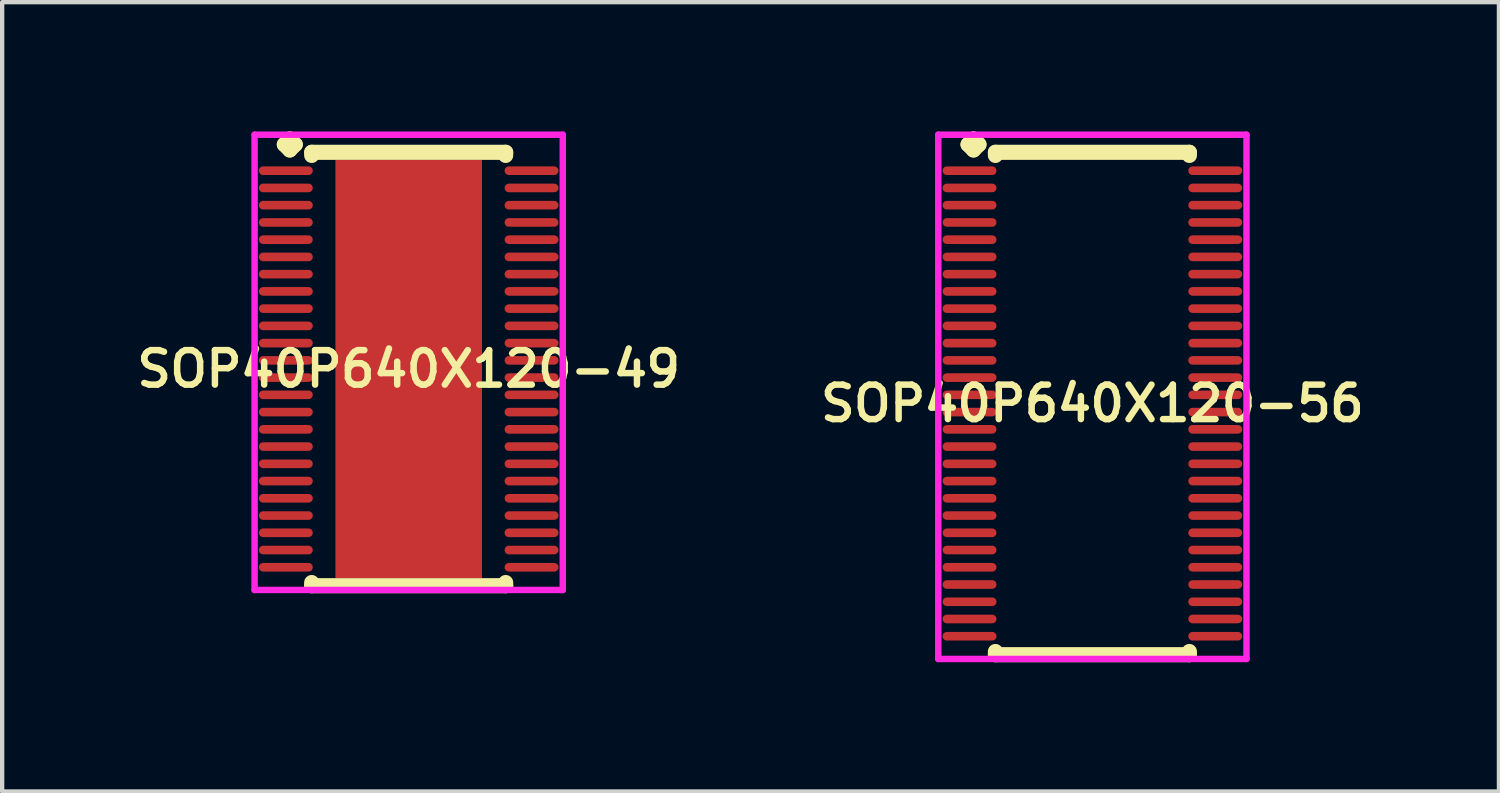
<source format=kicad_pcb>
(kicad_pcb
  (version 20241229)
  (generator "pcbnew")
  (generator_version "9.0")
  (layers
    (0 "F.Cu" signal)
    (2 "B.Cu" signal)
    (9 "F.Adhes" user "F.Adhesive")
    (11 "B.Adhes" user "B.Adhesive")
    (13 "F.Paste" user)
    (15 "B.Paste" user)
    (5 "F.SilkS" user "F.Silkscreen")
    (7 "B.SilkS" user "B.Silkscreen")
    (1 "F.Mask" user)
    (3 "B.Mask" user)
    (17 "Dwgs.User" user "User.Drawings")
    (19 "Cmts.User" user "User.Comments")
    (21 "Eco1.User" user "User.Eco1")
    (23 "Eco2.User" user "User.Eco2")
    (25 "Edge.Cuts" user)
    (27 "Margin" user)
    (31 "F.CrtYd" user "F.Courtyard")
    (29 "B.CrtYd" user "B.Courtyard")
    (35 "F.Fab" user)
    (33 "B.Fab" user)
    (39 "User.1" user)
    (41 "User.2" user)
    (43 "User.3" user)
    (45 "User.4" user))
  (footprint "SOP40P640X120-49"
    (layer "F.Cu")
    (at 6.431 5.51)
    (property "Reference" "SOP40P640X120-49" (at 0 0 0) (layer "F.SilkS") (effects (font (size 0.8 0.8) (thickness 0.15))))
    (attr smd)
    (fp_line (start -2.885 -5.208) (end -2.758 -5.335) (stroke (width 0.35) (type solid)) (layer "F.SilkS"))
    (fp_line (start -2.758 -5.335) (end -2.631 -5.208) (stroke (width 0.35) (type solid)) (layer "F.SilkS"))
    (fp_line (start -2.758 -5.081) (end -2.885 -5.208) (stroke (width 0.35) (type solid)) (layer "F.SilkS"))
    (fp_line (start -2.631 -5.208) (end -2.758 -5.081) (stroke (width 0.35) (type solid)) (layer "F.SilkS"))
    (fp_line (start -2.25 -5.027) (end 2.25 -5.027) (stroke (width 0.35) (type solid)) (layer "F.SilkS"))
    (fp_line (start -2.25 -4.954) (end -2.25 -5.027) (stroke (width 0.35) (type solid)) (layer "F.SilkS"))
    (fp_line (start -2.25 4.954) (end -2.25 5.027) (stroke (width 0.35) (type solid)) (layer "F.SilkS"))
    (fp_line (start -2.25 5.027) (end 2.25 5.027) (stroke (width 0.35) (type solid)) (layer "F.SilkS"))
    (fp_line (start 2.25 -5.027) (end 2.25 -4.954) (stroke (width 0.35) (type solid)) (layer "F.SilkS"))
    (fp_line (start 2.25 5.027) (end 2.25 4.954) (stroke (width 0.35) (type solid)) (layer "F.SilkS"))
    (fp_line (start -3.575 -5.435) (end 3.575 -5.435) (stroke (width 0.15) (type solid)) (layer "F.CrtYd"))
    (fp_line (start -3.575 5.127) (end -3.575 -5.435) (stroke (width 0.15) (type solid)) (layer "F.CrtYd"))
    (fp_line (start 3.575 -5.435) (end 3.575 5.127) (stroke (width 0.15) (type solid)) (layer "F.CrtYd"))
    (fp_line (start 3.575 5.127) (end -3.575 5.127) (stroke (width 0.15) (type solid)) (layer "F.CrtYd"))
    (pad "1" smd oval (at -2.85 -4.6) (size 1.25 0.2) (layers "F.Cu" "F.Mask" "F.Paste"))
    (pad "2" smd oval (at -2.85 -4.2) (size 1.25 0.2) (layers "F.Cu" "F.Mask" "F.Paste"))
    (pad "3" smd oval (at -2.85 -3.8) (size 1.25 0.2) (layers "F.Cu" "F.Mask" "F.Paste"))
    (pad "4" smd oval (at -2.85 -3.4) (size 1.25 0.2) (layers "F.Cu" "F.Mask" "F.Paste"))
    (pad "5" smd oval (at -2.85 -3) (size 1.25 0.2) (layers "F.Cu" "F.Mask" "F.Paste"))
    (pad "6" smd oval (at -2.85 -2.6) (size 1.25 0.2) (layers "F.Cu" "F.Mask" "F.Paste"))
    (pad "7" smd oval (at -2.85 -2.2) (size 1.25 0.2) (layers "F.Cu" "F.Mask" "F.Paste"))
    (pad "8" smd oval (at -2.85 -1.8) (size 1.25 0.2) (layers "F.Cu" "F.Mask" "F.Paste"))
    (pad "9" smd oval (at -2.85 -1.4) (size 1.25 0.2) (layers "F.Cu" "F.Mask" "F.Paste"))
    (pad "10" smd oval (at -2.85 -1) (size 1.25 0.2) (layers "F.Cu" "F.Mask" "F.Paste"))
    (pad "11" smd oval (at -2.85 -0.6) (size 1.25 0.2) (layers "F.Cu" "F.Mask" "F.Paste"))
    (pad "12" smd oval (at -2.85 -0.2) (size 1.25 0.2) (layers "F.Cu" "F.Mask" "F.Paste"))
    (pad "13" smd oval (at -2.85 0.2) (size 1.25 0.2) (layers "F.Cu" "F.Mask" "F.Paste"))
    (pad "14" smd oval (at -2.85 0.6) (size 1.25 0.2) (layers "F.Cu" "F.Mask" "F.Paste"))
    (pad "15" smd oval (at -2.85 1) (size 1.25 0.2) (layers "F.Cu" "F.Mask" "F.Paste"))
    (pad "16" smd oval (at -2.85 1.4) (size 1.25 0.2) (layers "F.Cu" "F.Mask" "F.Paste"))
    (pad "17" smd oval (at -2.85 1.8) (size 1.25 0.2) (layers "F.Cu" "F.Mask" "F.Paste"))
    (pad "18" smd oval (at -2.85 2.2) (size 1.25 0.2) (layers "F.Cu" "F.Mask" "F.Paste"))
    (pad "19" smd oval (at -2.85 2.6) (size 1.25 0.2) (layers "F.Cu" "F.Mask" "F.Paste"))
    (pad "20" smd oval (at -2.85 3) (size 1.25 0.2) (layers "F.Cu" "F.Mask" "F.Paste"))
    (pad "21" smd oval (at -2.85 3.4) (size 1.25 0.2) (layers "F.Cu" "F.Mask" "F.Paste"))
    (pad "22" smd oval (at -2.85 3.8) (size 1.25 0.2) (layers "F.Cu" "F.Mask" "F.Paste"))
    (pad "23" smd oval (at -2.85 4.2) (size 1.25 0.2) (layers "F.Cu" "F.Mask" "F.Paste"))
    (pad "24" smd oval (at -2.85 4.6) (size 1.25 0.2) (layers "F.Cu" "F.Mask" "F.Paste"))
    (pad "25" smd oval (at 2.85 4.6) (size 1.25 0.2) (layers "F.Cu" "F.Mask" "F.Paste"))
    (pad "26" smd oval (at 2.85 4.2) (size 1.25 0.2) (layers "F.Cu" "F.Mask" "F.Paste"))
    (pad "27" smd oval (at 2.85 3.8) (size 1.25 0.2) (layers "F.Cu" "F.Mask" "F.Paste"))
    (pad "28" smd oval (at 2.85 3.4) (size 1.25 0.2) (layers "F.Cu" "F.Mask" "F.Paste"))
    (pad "29" smd oval (at 2.85 3) (size 1.25 0.2) (layers "F.Cu" "F.Mask" "F.Paste"))
    (pad "30" smd oval (at 2.85 2.6) (size 1.25 0.2) (layers "F.Cu" "F.Mask" "F.Paste"))
    (pad "31" smd oval (at 2.85 2.2) (size 1.25 0.2) (layers "F.Cu" "F.Mask" "F.Paste"))
    (pad "32" smd oval (at 2.85 1.8) (size 1.25 0.2) (layers "F.Cu" "F.Mask" "F.Paste"))
    (pad "33" smd oval (at 2.85 1.4) (size 1.25 0.2) (layers "F.Cu" "F.Mask" "F.Paste"))
    (pad "34" smd oval (at 2.85 1) (size 1.25 0.2) (layers "F.Cu" "F.Mask" "F.Paste"))
    (pad "35" smd oval (at 2.85 0.6) (size 1.25 0.2) (layers "F.Cu" "F.Mask" "F.Paste"))
    (pad "36" smd oval (at 2.85 0.2) (size 1.25 0.2) (layers "F.Cu" "F.Mask" "F.Paste"))
    (pad "37" smd oval (at 2.85 -0.2) (size 1.25 0.2) (layers "F.Cu" "F.Mask" "F.Paste"))
    (pad "38" smd oval (at 2.85 -0.6) (size 1.25 0.2) (layers "F.Cu" "F.Mask" "F.Paste"))
    (pad "39" smd oval (at 2.85 -1) (size 1.25 0.2) (layers "F.Cu" "F.Mask" "F.Paste"))
    (pad "40" smd oval (at 2.85 -1.4) (size 1.25 0.2) (layers "F.Cu" "F.Mask" "F.Paste"))
    (pad "41" smd oval (at 2.85 -1.8) (size 1.25 0.2) (layers "F.Cu" "F.Mask" "F.Paste"))
    (pad "42" smd oval (at 2.85 -2.2) (size 1.25 0.2) (layers "F.Cu" "F.Mask" "F.Paste"))
    (pad "43" smd oval (at 2.85 -2.6) (size 1.25 0.2) (layers "F.Cu" "F.Mask" "F.Paste"))
    (pad "44" smd oval (at 2.85 -3) (size 1.25 0.2) (layers "F.Cu" "F.Mask" "F.Paste"))
    (pad "45" smd oval (at 2.85 -3.4) (size 1.25 0.2) (layers "F.Cu" "F.Mask" "F.Paste"))
    (pad "46" smd oval (at 2.85 -3.8) (size 1.25 0.2) (layers "F.Cu" "F.Mask" "F.Paste"))
    (pad "47" smd oval (at 2.85 -4.2) (size 1.25 0.2) (layers "F.Cu" "F.Mask" "F.Paste"))
    (pad "48" smd oval (at 2.85 -4.6) (size 1.25 0.2) (layers "F.Cu" "F.Mask" "F.Paste"))
    (pad "49" smd rect (at 0 0) (size 3.4 9.7) (layers "F.Cu" "F.Mask" "F.Paste")))
  (footprint "SOP40P640X120-56"
    (layer "F.Cu")
    (at 22.292 6.31)
    (property "Reference" "SOP40P640X120-56" (at 0 0 0) (layer "F.SilkS") (effects (font (size 0.8 0.8) (thickness 0.15))))
    (attr smd)
    (fp_line (start -2.885 -6.008) (end -2.758 -6.135) (stroke (width 0.35) (type solid)) (layer "F.SilkS"))
    (fp_line (start -2.758 -6.135) (end -2.631 -6.008) (stroke (width 0.35) (type solid)) (layer "F.SilkS"))
    (fp_line (start -2.758 -5.881) (end -2.885 -6.008) (stroke (width 0.35) (type solid)) (layer "F.SilkS"))
    (fp_line (start -2.631 -6.008) (end -2.758 -5.881) (stroke (width 0.35) (type solid)) (layer "F.SilkS"))
    (fp_line (start -2.25 -5.827) (end 2.25 -5.827) (stroke (width 0.35) (type solid)) (layer "F.SilkS"))
    (fp_line (start -2.25 -5.754) (end -2.25 -5.827) (stroke (width 0.35) (type solid)) (layer "F.SilkS"))
    (fp_line (start -2.25 5.754) (end -2.25 5.827) (stroke (width 0.35) (type solid)) (layer "F.SilkS"))
    (fp_line (start -2.25 5.827) (end 2.25 5.827) (stroke (width 0.35) (type solid)) (layer "F.SilkS"))
    (fp_line (start 2.25 -5.827) (end 2.25 -5.754) (stroke (width 0.35) (type solid)) (layer "F.SilkS"))
    (fp_line (start 2.25 5.827) (end 2.25 5.754) (stroke (width 0.35) (type solid)) (layer "F.SilkS"))
    (fp_line (start -3.575 -6.235) (end 3.575 -6.235) (stroke (width 0.15) (type solid)) (layer "F.CrtYd"))
    (fp_line (start -3.575 5.927) (end -3.575 -6.235) (stroke (width 0.15) (type solid)) (layer "F.CrtYd"))
    (fp_line (start 3.575 -6.235) (end 3.575 5.927) (stroke (width 0.15) (type solid)) (layer "F.CrtYd"))
    (fp_line (start 3.575 5.927) (end -3.575 5.927) (stroke (width 0.15) (type solid)) (layer "F.CrtYd"))
    (pad "1" smd oval (at -2.85 -5.4) (size 1.25 0.2) (layers "F.Cu" "F.Mask" "F.Paste"))
    (pad "2" smd oval (at -2.85 -5) (size 1.25 0.2) (layers "F.Cu" "F.Mask" "F.Paste"))
    (pad "3" smd oval (at -2.85 -4.6) (size 1.25 0.2) (layers "F.Cu" "F.Mask" "F.Paste"))
    (pad "4" smd oval (at -2.85 -4.2) (size 1.25 0.2) (layers "F.Cu" "F.Mask" "F.Paste"))
    (pad "5" smd oval (at -2.85 -3.8) (size 1.25 0.2) (layers "F.Cu" "F.Mask" "F.Paste"))
    (pad "6" smd oval (at -2.85 -3.4) (size 1.25 0.2) (layers "F.Cu" "F.Mask" "F.Paste"))
    (pad "7" smd oval (at -2.85 -3) (size 1.25 0.2) (layers "F.Cu" "F.Mask" "F.Paste"))
    (pad "8" smd oval (at -2.85 -2.6) (size 1.25 0.2) (layers "F.Cu" "F.Mask" "F.Paste"))
    (pad "9" smd oval (at -2.85 -2.2) (size 1.25 0.2) (layers "F.Cu" "F.Mask" "F.Paste"))
    (pad "10" smd oval (at -2.85 -1.8) (size 1.25 0.2) (layers "F.Cu" "F.Mask" "F.Paste"))
    (pad "11" smd oval (at -2.85 -1.4) (size 1.25 0.2) (layers "F.Cu" "F.Mask" "F.Paste"))
    (pad "12" smd oval (at -2.85 -1) (size 1.25 0.2) (layers "F.Cu" "F.Mask" "F.Paste"))
    (pad "13" smd oval (at -2.85 -0.6) (size 1.25 0.2) (layers "F.Cu" "F.Mask" "F.Paste"))
    (pad "14" smd oval (at -2.85 -0.2) (size 1.25 0.2) (layers "F.Cu" "F.Mask" "F.Paste"))
    (pad "15" smd oval (at -2.85 0.2) (size 1.25 0.2) (layers "F.Cu" "F.Mask" "F.Paste"))
    (pad "16" smd oval (at -2.85 0.6) (size 1.25 0.2) (layers "F.Cu" "F.Mask" "F.Paste"))
    (pad "17" smd oval (at -2.85 1) (size 1.25 0.2) (layers "F.Cu" "F.Mask" "F.Paste"))
    (pad "18" smd oval (at -2.85 1.4) (size 1.25 0.2) (layers "F.Cu" "F.Mask" "F.Paste"))
    (pad "19" smd oval (at -2.85 1.8) (size 1.25 0.2) (layers "F.Cu" "F.Mask" "F.Paste"))
    (pad "20" smd oval (at -2.85 2.2) (size 1.25 0.2) (layers "F.Cu" "F.Mask" "F.Paste"))
    (pad "21" smd oval (at -2.85 2.6) (size 1.25 0.2) (layers "F.Cu" "F.Mask" "F.Paste"))
    (pad "22" smd oval (at -2.85 3) (size 1.25 0.2) (layers "F.Cu" "F.Mask" "F.Paste"))
    (pad "23" smd oval (at -2.85 3.4) (size 1.25 0.2) (layers "F.Cu" "F.Mask" "F.Paste"))
    (pad "24" smd oval (at -2.85 3.8) (size 1.25 0.2) (layers "F.Cu" "F.Mask" "F.Paste"))
    (pad "25" smd oval (at -2.85 4.2) (size 1.25 0.2) (layers "F.Cu" "F.Mask" "F.Paste"))
    (pad "26" smd oval (at -2.85 4.6) (size 1.25 0.2) (layers "F.Cu" "F.Mask" "F.Paste"))
    (pad "27" smd oval (at -2.85 5) (size 1.25 0.2) (layers "F.Cu" "F.Mask" "F.Paste"))
    (pad "28" smd oval (at -2.85 5.4) (size 1.25 0.2) (layers "F.Cu" "F.Mask" "F.Paste"))
    (pad "29" smd oval (at 2.85 5.4) (size 1.25 0.2) (layers "F.Cu" "F.Mask" "F.Paste"))
    (pad "30" smd oval (at 2.85 5) (size 1.25 0.2) (layers "F.Cu" "F.Mask" "F.Paste"))
    (pad "31" smd oval (at 2.85 4.6) (size 1.25 0.2) (layers "F.Cu" "F.Mask" "F.Paste"))
    (pad "32" smd oval (at 2.85 4.2) (size 1.25 0.2) (layers "F.Cu" "F.Mask" "F.Paste"))
    (pad "33" smd oval (at 2.85 3.8) (size 1.25 0.2) (layers "F.Cu" "F.Mask" "F.Paste"))
    (pad "34" smd oval (at 2.85 3.4) (size 1.25 0.2) (layers "F.Cu" "F.Mask" "F.Paste"))
    (pad "35" smd oval (at 2.85 3) (size 1.25 0.2) (layers "F.Cu" "F.Mask" "F.Paste"))
    (pad "36" smd oval (at 2.85 2.6) (size 1.25 0.2) (layers "F.Cu" "F.Mask" "F.Paste"))
    (pad "37" smd oval (at 2.85 2.2) (size 1.25 0.2) (layers "F.Cu" "F.Mask" "F.Paste"))
    (pad "38" smd oval (at 2.85 1.8) (size 1.25 0.2) (layers "F.Cu" "F.Mask" "F.Paste"))
    (pad "39" smd oval (at 2.85 1.4) (size 1.25 0.2) (layers "F.Cu" "F.Mask" "F.Paste"))
    (pad "40" smd oval (at 2.85 1) (size 1.25 0.2) (layers "F.Cu" "F.Mask" "F.Paste"))
    (pad "41" smd oval (at 2.85 0.6) (size 1.25 0.2) (layers "F.Cu" "F.Mask" "F.Paste"))
    (pad "42" smd oval (at 2.85 0.2) (size 1.25 0.2) (layers "F.Cu" "F.Mask" "F.Paste"))
    (pad "43" smd oval (at 2.85 -0.2) (size 1.25 0.2) (layers "F.Cu" "F.Mask" "F.Paste"))
    (pad "44" smd oval (at 2.85 -0.6) (size 1.25 0.2) (layers "F.Cu" "F.Mask" "F.Paste"))
    (pad "45" smd oval (at 2.85 -1) (size 1.25 0.2) (layers "F.Cu" "F.Mask" "F.Paste"))
    (pad "46" smd oval (at 2.85 -1.4) (size 1.25 0.2) (layers "F.Cu" "F.Mask" "F.Paste"))
    (pad "47" smd oval (at 2.85 -1.8) (size 1.25 0.2) (layers "F.Cu" "F.Mask" "F.Paste"))
    (pad "48" smd oval (at 2.85 -2.2) (size 1.25 0.2) (layers "F.Cu" "F.Mask" "F.Paste"))
    (pad "49" smd oval (at 2.85 -2.6) (size 1.25 0.2) (layers "F.Cu" "F.Mask" "F.Paste"))
    (pad "50" smd oval (at 2.85 -3) (size 1.25 0.2) (layers "F.Cu" "F.Mask" "F.Paste"))
    (pad "51" smd oval (at 2.85 -3.4) (size 1.25 0.2) (layers "F.Cu" "F.Mask" "F.Paste"))
    (pad "52" smd oval (at 2.85 -3.8) (size 1.25 0.2) (layers "F.Cu" "F.Mask" "F.Paste"))
    (pad "53" smd oval (at 2.85 -4.2) (size 1.25 0.2) (layers "F.Cu" "F.Mask" "F.Paste"))
    (pad "54" smd oval (at 2.85 -4.6) (size 1.25 0.2) (layers "F.Cu" "F.Mask" "F.Paste"))
    (pad "55" smd oval (at 2.85 -5) (size 1.25 0.2) (layers "F.Cu" "F.Mask" "F.Paste"))
    (pad "56" smd oval (at 2.85 -5.4) (size 1.25 0.2) (layers "F.Cu" "F.Mask" "F.Paste")))
  (gr_rect
    (start -3 -3)
    (end 31.723 15.312)
    (stroke (width 0.1) (type default))
    (fill no)
    (layer "Edge.Cuts")))
</source>
